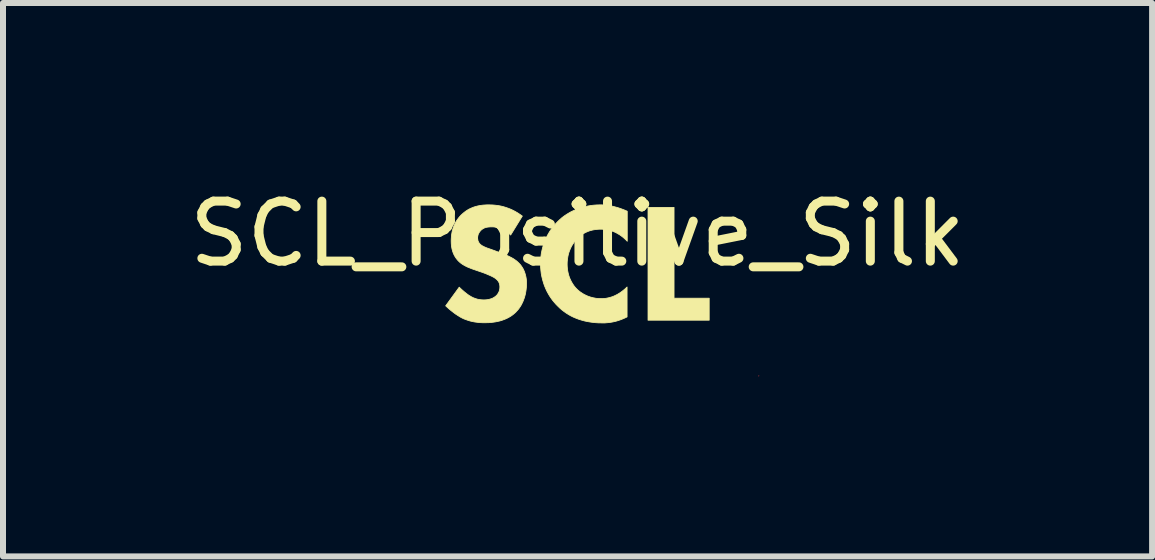
<source format=kicad_pcb>
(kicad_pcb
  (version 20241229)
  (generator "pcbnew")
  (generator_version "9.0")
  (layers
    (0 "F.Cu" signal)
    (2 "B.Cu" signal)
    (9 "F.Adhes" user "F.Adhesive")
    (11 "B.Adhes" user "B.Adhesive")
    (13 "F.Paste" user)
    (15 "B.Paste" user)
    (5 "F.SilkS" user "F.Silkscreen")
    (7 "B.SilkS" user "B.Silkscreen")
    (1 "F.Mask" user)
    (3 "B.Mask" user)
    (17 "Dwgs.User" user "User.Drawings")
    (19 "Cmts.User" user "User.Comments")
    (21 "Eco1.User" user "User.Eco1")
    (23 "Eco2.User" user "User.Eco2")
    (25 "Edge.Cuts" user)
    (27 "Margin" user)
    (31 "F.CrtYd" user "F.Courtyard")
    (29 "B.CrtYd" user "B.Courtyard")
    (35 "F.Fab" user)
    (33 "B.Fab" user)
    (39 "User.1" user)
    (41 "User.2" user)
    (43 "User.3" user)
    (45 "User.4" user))
  (footprint "SCL_Positive_Silk"
    (layer "F.Cu")
    (at 6.577 1.348)
    (property "Reference" "SCL_Positive_Silk" (at 0 -0.5 0) (unlocked yes) (layer "F.SilkS") (effects (font (size 1 1) (thickness 0.15))))
    (fp_poly (pts (xy 3.02 1.87) (xy 3.02 1.868) (xy 3.023 1.866)) (stroke (width 0.013) (type solid)) (fill yes) (layer "F.Cu"))
    (fp_poly (pts (xy 1.609 0.573) (xy 2.195 0.573) (xy 2.195 0.94) (xy 1.175 0.94) (xy 1.175 -0.941) (xy 1.609 -0.941)) (stroke (width 0.013) (type solid)) (fill yes) (layer "F.SilkS"))
    (fp_poly (pts (xy 0.401 -0.983) (xy 0.425 -0.982) (xy 0.45 -0.98) (xy 0.475 -0.978) (xy 0.5 -0.975) (xy 0.527 -0.971) (xy 0.553 -0.966) (xy 0.581 -0.961) (xy 0.609 -0.954) (xy 0.638 -0.946) (xy 0.668 -0.938) (xy 0.699 -0.928) (xy 0.73 -0.917) (xy 0.762 -0.905) (xy 0.795 -0.892) (xy 0.829 -0.877) (xy 0.829 -0.376) (xy 0.811 -0.395) (xy 0.791 -0.414) (xy 0.77 -0.433) (xy 0.748 -0.451) (xy 0.725 -0.468) (xy 0.701 -0.485) (xy 0.675 -0.5) (xy 0.649 -0.515) (xy 0.62 -0.529) (xy 0.591 -0.541) (xy 0.561 -0.551) (xy 0.545 -0.556) (xy 0.529 -0.56) (xy 0.512 -0.564) (xy 0.496 -0.568) (xy 0.478 -0.57) (xy 0.461 -0.573) (xy 0.443 -0.575) (xy 0.425 -0.576) (xy 0.407 -0.577) (xy 0.388 -0.577) (xy 0.359 -0.577) (xy 0.33 -0.575) (xy 0.302 -0.572) (xy 0.275 -0.568) (xy 0.249 -0.563) (xy 0.223 -0.556) (xy 0.198 -0.549) (xy 0.174 -0.54) (xy 0.15 -0.53) (xy 0.127 -0.519) (xy 0.105 -0.507) (xy 0.083 -0.494) (xy 0.062 -0.479) (xy 0.042 -0.464) (xy 0.023 -0.447) (xy 0.004 -0.429) (xy -0.016 -0.409) (xy -0.034 -0.389) (xy -0.052 -0.367) (xy -0.068 -0.343) (xy -0.084 -0.319) (xy -0.099 -0.294) (xy -0.112 -0.268) (xy -0.124 -0.241) (xy -0.135 -0.213) (xy -0.145 -0.185) (xy -0.153 -0.155) (xy -0.16 -0.125) (xy -0.165 -0.093) (xy -0.169 -0.061) (xy -0.172 -0.029) (xy -0.173 0.005) (xy -0.172 0.04) (xy -0.169 0.075) (xy -0.165 0.108) (xy -0.159 0.14) (xy -0.152 0.17) (xy -0.144 0.199) (xy -0.134 0.227) (xy -0.123 0.254) (xy -0.111 0.279) (xy -0.099 0.303) (xy -0.085 0.326) (xy -0.071 0.348) (xy -0.057 0.368) (xy -0.042 0.387) (xy -0.026 0.405) (xy -0.01 0.421) (xy -0.002 0.429) (xy 0.009 0.439) (xy 0.022 0.45) (xy 0.037 0.462) (xy 0.055 0.475) (xy 0.075 0.488) (xy 0.097 0.502) (xy 0.121 0.515) (xy 0.134 0.521) (xy 0.148 0.528) (xy 0.162 0.534) (xy 0.176 0.54) (xy 0.192 0.545) (xy 0.208 0.551) (xy 0.224 0.556) (xy 0.241 0.56) (xy 0.258 0.565) (xy 0.276 0.568) (xy 0.295 0.572) (xy 0.314 0.575) (xy 0.333 0.577) (xy 0.353 0.578) (xy 0.374 0.579) (xy 0.395 0.58) (xy 0.417 0.579) (xy 0.439 0.578) (xy 0.463 0.576) (xy 0.487 0.572) (xy 0.512 0.567) (xy 0.537 0.561) (xy 0.564 0.553) (xy 0.591 0.544) (xy 0.618 0.532) (xy 0.647 0.518) (xy 0.675 0.503) (xy 0.704 0.485) (xy 0.734 0.464) (xy 0.764 0.441) (xy 0.795 0.415) (xy 0.826 0.386) (xy 0.826 0.885) (xy 0.799 0.898) (xy 0.768 0.912) (xy 0.739 0.924) (xy 0.71 0.935) (xy 0.682 0.944) (xy 0.654 0.953) (xy 0.628 0.96) (xy 0.601 0.966) (xy 0.576 0.971) (xy 0.551 0.975) (xy 0.526 0.979) (xy 0.502 0.981) (xy 0.457 0.985) (xy 0.413 0.985) (xy 0.349 0.984) (xy 0.288 0.98) (xy 0.23 0.973) (xy 0.174 0.964) (xy 0.12 0.953) (xy 0.069 0.939) (xy 0.02 0.924) (xy -0.027 0.906) (xy -0.072 0.887) (xy -0.114 0.866) (xy -0.154 0.843) (xy -0.192 0.819) (xy -0.228 0.793) (xy -0.262 0.767) (xy -0.294 0.739) (xy -0.324 0.71) (xy -0.355 0.679) (xy -0.385 0.645) (xy -0.414 0.61) (xy -0.441 0.573) (xy -0.467 0.534) (xy -0.491 0.493) (xy -0.514 0.45) (xy -0.534 0.406) (xy -0.553 0.36) (xy -0.569 0.312) (xy -0.583 0.263) (xy -0.595 0.213) (xy -0.605 0.161) (xy -0.611 0.108) (xy -0.616 0.053) (xy -0.617 -0.002) (xy -0.616 -0.058) (xy -0.611 -0.112) (xy -0.605 -0.165) (xy -0.595 -0.216) (xy -0.583 -0.266) (xy -0.569 -0.315) (xy -0.553 -0.362) (xy -0.534 -0.407) (xy -0.514 -0.451) (xy -0.491 -0.493) (xy -0.467 -0.534) (xy -0.441 -0.573) (xy -0.414 -0.61) (xy -0.385 -0.646) (xy -0.355 -0.679) (xy -0.324 -0.711) (xy -0.292 -0.741) (xy -0.259 -0.77) (xy -0.223 -0.797) (xy -0.186 -0.822) (xy -0.147 -0.846) (xy -0.106 -0.869) (xy -0.064 -0.889) (xy -0.021 -0.908) (xy 0.024 -0.925) (xy 0.071 -0.94) (xy 0.119 -0.953) (xy 0.168 -0.963) (xy 0.218 -0.972) (xy 0.27 -0.978) (xy 0.323 -0.982) (xy 0.378 -0.983)) (stroke (width 0.013) (type solid)) (fill yes) (layer "F.SilkS"))
    (fp_poly (pts (xy -1.425 -0.982) (xy -1.397 -0.98) (xy -1.366 -0.977) (xy -1.335 -0.973) (xy -1.302 -0.968) (xy -1.268 -0.961) (xy -1.232 -0.952) (xy -1.196 -0.941) (xy -1.159 -0.928) (xy -1.12 -0.913) (xy -1.081 -0.895) (xy -1.042 -0.875) (xy -1.002 -0.852) (xy -0.961 -0.825) (xy -0.92 -0.796) (xy -1.115 -0.479) (xy -1.115 -0.482) (xy -1.141 -0.504) (xy -1.166 -0.524) (xy -1.191 -0.542) (xy -1.216 -0.557) (xy -1.239 -0.569) (xy -1.262 -0.58) (xy -1.284 -0.589) (xy -1.305 -0.597) (xy -1.325 -0.603) (xy -1.344 -0.607) (xy -1.362 -0.611) (xy -1.378 -0.613) (xy -1.394 -0.615) (xy -1.408 -0.616) (xy -1.432 -0.616) (xy -1.455 -0.616) (xy -1.467 -0.615) (xy -1.479 -0.614) (xy -1.491 -0.613) (xy -1.503 -0.611) (xy -1.516 -0.609) (xy -1.528 -0.606) (xy -1.54 -0.602) (xy -1.552 -0.598) (xy -1.563 -0.592) (xy -1.574 -0.586) (xy -1.585 -0.579) (xy -1.596 -0.572) (xy -1.601 -0.567) (xy -1.606 -0.563) (xy -1.611 -0.558) (xy -1.615 -0.553) (xy -1.621 -0.547) (xy -1.626 -0.541) (xy -1.63 -0.535) (xy -1.635 -0.529) (xy -1.639 -0.522) (xy -1.643 -0.515) (xy -1.647 -0.508) (xy -1.651 -0.501) (xy -1.654 -0.493) (xy -1.657 -0.485) (xy -1.659 -0.477) (xy -1.661 -0.468) (xy -1.663 -0.46) (xy -1.664 -0.451) (xy -1.665 -0.442) (xy -1.665 -0.433) (xy -1.665 -0.424) (xy -1.664 -0.416) (xy -1.663 -0.408) (xy -1.662 -0.401) (xy -1.661 -0.393) (xy -1.659 -0.386) (xy -1.657 -0.38) (xy -1.654 -0.373) (xy -1.651 -0.367) (xy -1.648 -0.361) (xy -1.645 -0.355) (xy -1.641 -0.349) (xy -1.637 -0.343) (xy -1.632 -0.338) (xy -1.628 -0.332) (xy -1.623 -0.327) (xy -1.614 -0.319) (xy -1.604 -0.312) (xy -1.595 -0.305) (xy -1.584 -0.299) (xy -1.573 -0.293) (xy -1.561 -0.287) (xy -1.548 -0.281) (xy -1.535 -0.275) (xy -1.52 -0.269) (xy -1.505 -0.263) (xy -1.47 -0.251) (xy -1.386 -0.221) (xy -1.245 -0.168) (xy -1.214 -0.156) (xy -1.181 -0.142) (xy -1.147 -0.127) (xy -1.131 -0.119) (xy -1.114 -0.11) (xy -1.097 -0.101) (xy -1.08 -0.092) (xy -1.064 -0.082) (xy -1.048 -0.071) (xy -1.032 -0.06) (xy -1.017 -0.049) (xy -1.002 -0.036) (xy -0.988 -0.023) (xy -0.968 -0.003) (xy -0.95 0.017) (xy -0.934 0.039) (xy -0.92 0.06) (xy -0.907 0.082) (xy -0.896 0.105) (xy -0.886 0.127) (xy -0.878 0.15) (xy -0.871 0.173) (xy -0.865 0.195) (xy -0.86 0.218) (xy -0.856 0.24) (xy -0.853 0.262) (xy -0.851 0.284) (xy -0.85 0.305) (xy -0.85 0.326) (xy -0.851 0.362) (xy -0.853 0.397) (xy -0.857 0.432) (xy -0.862 0.466) (xy -0.868 0.499) (xy -0.876 0.531) (xy -0.885 0.563) (xy -0.896 0.593) (xy -0.907 0.622) (xy -0.92 0.65) (xy -0.933 0.677) (xy -0.948 0.703) (xy -0.964 0.727) (xy -0.98 0.75) (xy -0.998 0.772) (xy -1.016 0.791) (xy -1.031 0.808) (xy -1.048 0.823) (xy -1.064 0.837) (xy -1.081 0.85) (xy -1.098 0.863) (xy -1.116 0.875) (xy -1.152 0.896) (xy -1.188 0.914) (xy -1.225 0.929) (xy -1.261 0.942) (xy -1.298 0.953) (xy -1.334 0.961) (xy -1.369 0.968) (xy -1.404 0.973) (xy -1.436 0.977) (xy -1.468 0.98) (xy -1.497 0.981) (xy -1.548 0.982) (xy -1.573 0.982) (xy -1.598 0.981) (xy -1.622 0.98) (xy -1.647 0.978) (xy -1.67 0.975) (xy -1.694 0.972) (xy -1.717 0.969) (xy -1.741 0.964) (xy -1.764 0.959) (xy -1.787 0.954) (xy -1.809 0.947) (xy -1.832 0.94) (xy -1.855 0.932) (xy -1.877 0.924) (xy -1.9 0.915) (xy -1.922 0.904) (xy -1.94 0.895) (xy -1.959 0.884) (xy -1.977 0.873) (xy -1.996 0.861) (xy -2.014 0.849) (xy -2.033 0.837) (xy -2.069 0.81) (xy -2.105 0.782) (xy -2.138 0.755) (xy -2.169 0.727) (xy -2.198 0.7) (xy -1.972 0.389) (xy -1.952 0.408) (xy -1.931 0.428) (xy -1.908 0.448) (xy -1.885 0.468) (xy -1.861 0.487) (xy -1.838 0.505) (xy -1.827 0.513) (xy -1.816 0.521) (xy -1.806 0.528) (xy -1.795 0.534) (xy -1.781 0.542) (xy -1.768 0.55) (xy -1.754 0.557) (xy -1.74 0.564) (xy -1.725 0.57) (xy -1.711 0.575) (xy -1.697 0.58) (xy -1.682 0.585) (xy -1.668 0.589) (xy -1.653 0.592) (xy -1.638 0.595) (xy -1.623 0.597) (xy -1.607 0.599) (xy -1.591 0.6) (xy -1.575 0.601) (xy -1.559 0.601) (xy -1.548 0.601) (xy -1.537 0.6) (xy -1.525 0.6) (xy -1.513 0.598) (xy -1.501 0.597) (xy -1.488 0.595) (xy -1.476 0.592) (xy -1.463 0.589) (xy -1.45 0.585) (xy -1.437 0.581) (xy -1.424 0.576) (xy -1.411 0.57) (xy -1.398 0.563) (xy -1.386 0.555) (xy -1.374 0.547) (xy -1.361 0.537) (xy -1.355 0.531) (xy -1.348 0.525) (xy -1.342 0.518) (xy -1.336 0.51) (xy -1.33 0.502) (xy -1.325 0.494) (xy -1.32 0.485) (xy -1.315 0.476) (xy -1.31 0.467) (xy -1.306 0.456) (xy -1.303 0.446) (xy -1.301 0.44) (xy -1.3 0.435) (xy -1.299 0.429) (xy -1.298 0.423) (xy -1.297 0.417) (xy -1.296 0.411) (xy -1.295 0.405) (xy -1.295 0.399) (xy -1.295 0.392) (xy -1.294 0.386) (xy -1.295 0.374) (xy -1.296 0.363) (xy -1.297 0.353) (xy -1.299 0.343) (xy -1.301 0.333) (xy -1.304 0.324) (xy -1.308 0.315) (xy -1.312 0.307) (xy -1.316 0.299) (xy -1.321 0.291) (xy -1.326 0.284) (xy -1.332 0.277) (xy -1.338 0.27) (xy -1.344 0.264) (xy -1.351 0.258) (xy -1.358 0.252) (xy -1.368 0.244) (xy -1.379 0.236) (xy -1.392 0.228) (xy -1.405 0.22) (xy -1.42 0.213) (xy -1.435 0.205) (xy -1.466 0.191) (xy -1.497 0.178) (xy -1.527 0.165) (xy -1.577 0.146) (xy -1.732 0.093) (xy -1.766 0.081) (xy -1.8 0.067) (xy -1.835 0.053) (xy -1.852 0.045) (xy -1.869 0.036) (xy -1.886 0.027) (xy -1.903 0.017) (xy -1.919 0.007) (xy -1.935 -0.004) (xy -1.95 -0.015) (xy -1.965 -0.028) (xy -1.979 -0.041) (xy -1.993 -0.055) (xy -2.01 -0.075) (xy -2.026 -0.096) (xy -2.04 -0.117) (xy -2.052 -0.138) (xy -2.063 -0.16) (xy -2.072 -0.181) (xy -2.08 -0.203) (xy -2.086 -0.225) (xy -2.092 -0.246) (xy -2.096 -0.267) (xy -2.1 -0.288) (xy -2.102 -0.308) (xy -2.104 -0.328) (xy -2.105 -0.347) (xy -2.106 -0.383) (xy -2.105 -0.415) (xy -2.103 -0.445) (xy -2.101 -0.476) (xy -2.096 -0.505) (xy -2.091 -0.534) (xy -2.084 -0.562) (xy -2.076 -0.59) (xy -2.067 -0.617) (xy -2.056 -0.643) (xy -2.044 -0.669) (xy -2.031 -0.694) (xy -2.017 -0.718) (xy -2 -0.742) (xy -1.983 -0.765) (xy -1.964 -0.788) (xy -1.944 -0.81) (xy -1.918 -0.834) (xy -1.892 -0.856) (xy -1.866 -0.876) (xy -1.839 -0.894) (xy -1.812 -0.91) (xy -1.784 -0.924) (xy -1.755 -0.936) (xy -1.727 -0.947) (xy -1.697 -0.956) (xy -1.667 -0.964) (xy -1.637 -0.97) (xy -1.606 -0.975) (xy -1.575 -0.979) (xy -1.543 -0.981) (xy -1.511 -0.983) (xy -1.478 -0.983)) (stroke (width 0.013) (type solid)) (fill yes) (layer "F.SilkS")))
  (gr_rect
    (start -3 -3)
    (end 16.155 6.225)
    (stroke (width 0.1) (type default))
    (fill no)
    (layer "Edge.Cuts")))
</source>
